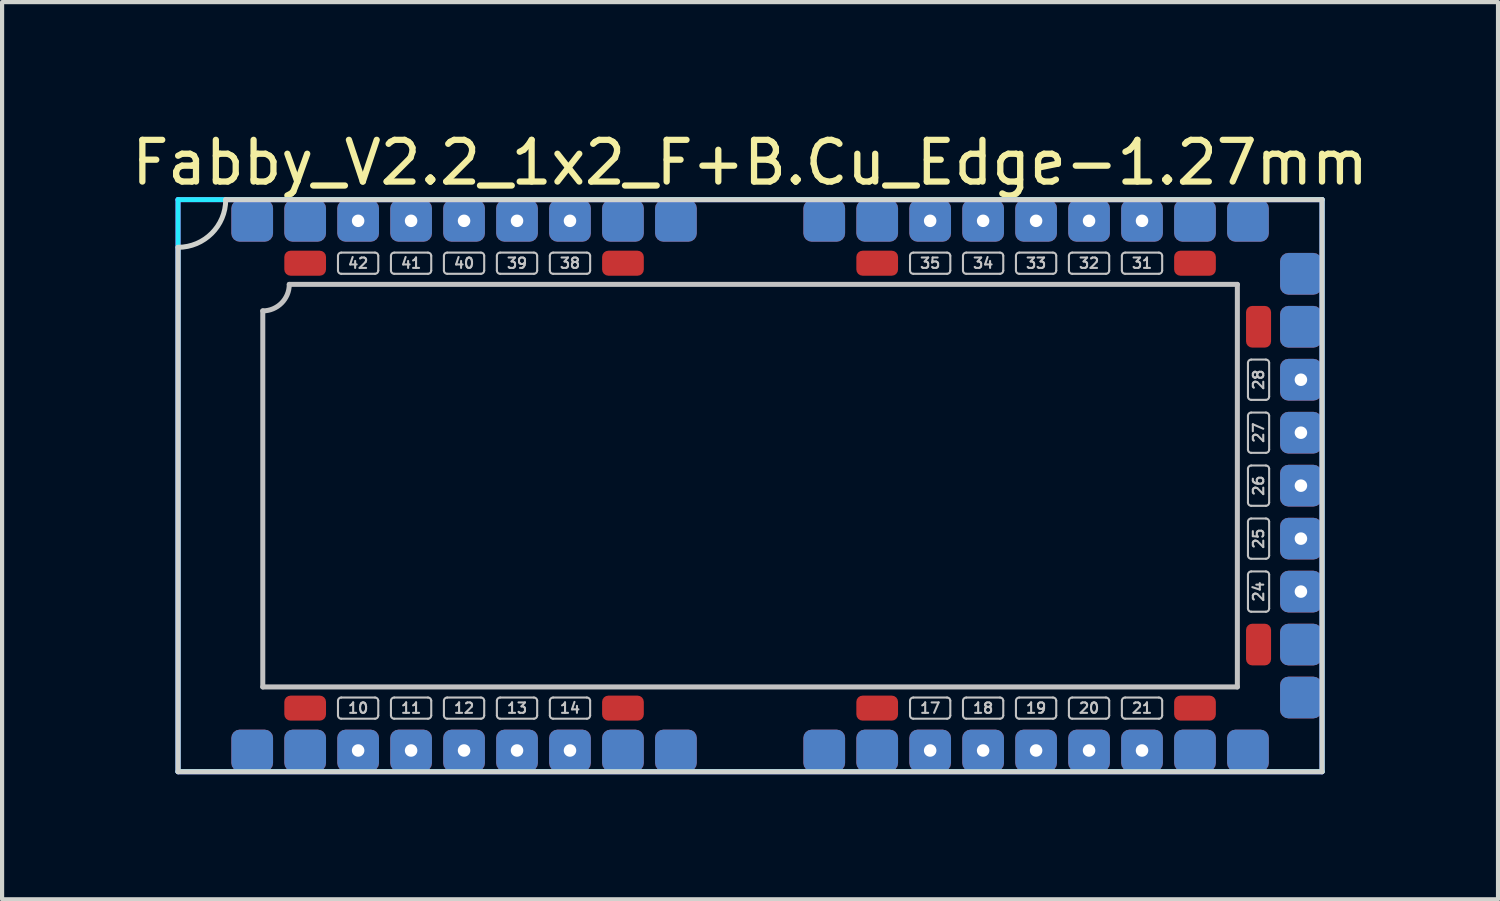
<source format=kicad_pcb>
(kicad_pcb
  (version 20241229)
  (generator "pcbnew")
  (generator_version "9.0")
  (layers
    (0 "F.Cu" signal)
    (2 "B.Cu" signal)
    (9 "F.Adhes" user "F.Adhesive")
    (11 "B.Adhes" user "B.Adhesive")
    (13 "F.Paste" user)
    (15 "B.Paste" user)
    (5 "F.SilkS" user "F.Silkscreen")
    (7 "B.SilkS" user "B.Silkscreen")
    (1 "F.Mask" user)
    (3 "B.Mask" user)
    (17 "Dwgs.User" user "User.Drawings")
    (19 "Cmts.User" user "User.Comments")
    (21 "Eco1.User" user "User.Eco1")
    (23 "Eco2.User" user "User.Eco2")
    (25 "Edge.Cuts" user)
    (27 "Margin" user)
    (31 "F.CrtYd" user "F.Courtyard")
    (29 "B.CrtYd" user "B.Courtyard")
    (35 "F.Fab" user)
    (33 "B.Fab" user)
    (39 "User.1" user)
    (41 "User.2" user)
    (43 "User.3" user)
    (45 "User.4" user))
  (footprint "Fabby_V2.2_1x2_F+B.Cu_Edge-1.27mm"
    (layer "F.Cu")
    (at 14.935 8.595)
    (property "Reference" "Fabby_V2.2_1x2_F+B.Cu_Edge-1.27mm" (at 0 -7.747 0) (layer "F.SilkS") (effects (font (size 1 1) (thickness 0.15))))
    (attr through_hole)
    (fp_line (start -11.684 4.826) (end -11.684 -4.191) (stroke (width 0.12) (type solid)) (layer "Dwgs.User"))
    (fp_line (start -11.049 -4.826) (end 11.684 -4.826) (stroke (width 0.12) (type solid)) (layer "Dwgs.User"))
    (fp_line (start -9.881 -5.156) (end -9.881 -5.512) (stroke (width 0.05) (type solid)) (layer "Dwgs.User"))
    (fp_line (start -9.881 5.512) (end -9.881 5.156) (stroke (width 0.05) (type solid)) (layer "Dwgs.User"))
    (fp_line (start -8.992 -5.588) (end -9.804 -5.588) (stroke (width 0.05) (type solid)) (layer "Dwgs.User"))
    (fp_line (start -8.992 -5.08) (end -9.804 -5.08) (stroke (width 0.05) (type solid)) (layer "Dwgs.User"))
    (fp_line (start -8.992 5.08) (end -9.804 5.08) (stroke (width 0.05) (type solid)) (layer "Dwgs.User"))
    (fp_line (start -8.992 5.588) (end -9.804 5.588) (stroke (width 0.05) (type solid)) (layer "Dwgs.User"))
    (fp_line (start -8.915 -5.156) (end -8.915 -5.512) (stroke (width 0.05) (type solid)) (layer "Dwgs.User"))
    (fp_line (start -8.915 5.512) (end -8.915 5.156) (stroke (width 0.05) (type solid)) (layer "Dwgs.User"))
    (fp_line (start -8.611 -5.156) (end -8.611 -5.512) (stroke (width 0.05) (type solid)) (layer "Dwgs.User"))
    (fp_line (start -8.611 5.512) (end -8.611 5.156) (stroke (width 0.05) (type solid)) (layer "Dwgs.User"))
    (fp_line (start -7.722 -5.588) (end -8.534 -5.588) (stroke (width 0.05) (type solid)) (layer "Dwgs.User"))
    (fp_line (start -7.722 -5.08) (end -8.534 -5.08) (stroke (width 0.05) (type solid)) (layer "Dwgs.User"))
    (fp_line (start -7.722 5.08) (end -8.534 5.08) (stroke (width 0.05) (type solid)) (layer "Dwgs.User"))
    (fp_line (start -7.722 5.588) (end -8.534 5.588) (stroke (width 0.05) (type solid)) (layer "Dwgs.User"))
    (fp_line (start -7.645 -5.156) (end -7.645 -5.512) (stroke (width 0.05) (type solid)) (layer "Dwgs.User"))
    (fp_line (start -7.645 5.512) (end -7.645 5.156) (stroke (width 0.05) (type solid)) (layer "Dwgs.User"))
    (fp_line (start -7.341 -5.156) (end -7.341 -5.512) (stroke (width 0.05) (type solid)) (layer "Dwgs.User"))
    (fp_line (start -7.341 5.512) (end -7.341 5.156) (stroke (width 0.05) (type solid)) (layer "Dwgs.User"))
    (fp_line (start -6.452 -5.588) (end -7.264 -5.588) (stroke (width 0.05) (type solid)) (layer "Dwgs.User"))
    (fp_line (start -6.452 -5.08) (end -7.264 -5.08) (stroke (width 0.05) (type solid)) (layer "Dwgs.User"))
    (fp_line (start -6.452 5.08) (end -7.264 5.08) (stroke (width 0.05) (type solid)) (layer "Dwgs.User"))
    (fp_line (start -6.452 5.588) (end -7.264 5.588) (stroke (width 0.05) (type solid)) (layer "Dwgs.User"))
    (fp_line (start -6.375 -5.156) (end -6.375 -5.512) (stroke (width 0.05) (type solid)) (layer "Dwgs.User"))
    (fp_line (start -6.375 5.512) (end -6.375 5.156) (stroke (width 0.05) (type solid)) (layer "Dwgs.User"))
    (fp_line (start -6.071 -5.156) (end -6.071 -5.512) (stroke (width 0.05) (type solid)) (layer "Dwgs.User"))
    (fp_line (start -6.071 5.512) (end -6.071 5.156) (stroke (width 0.05) (type solid)) (layer "Dwgs.User"))
    (fp_line (start -5.182 -5.588) (end -5.994 -5.588) (stroke (width 0.05) (type solid)) (layer "Dwgs.User"))
    (fp_line (start -5.182 -5.08) (end -5.994 -5.08) (stroke (width 0.05) (type solid)) (layer "Dwgs.User"))
    (fp_line (start -5.182 5.08) (end -5.994 5.08) (stroke (width 0.05) (type solid)) (layer "Dwgs.User"))
    (fp_line (start -5.182 5.588) (end -5.994 5.588) (stroke (width 0.05) (type solid)) (layer "Dwgs.User"))
    (fp_line (start -5.105 -5.156) (end -5.105 -5.512) (stroke (width 0.05) (type solid)) (layer "Dwgs.User"))
    (fp_line (start -5.105 5.512) (end -5.105 5.156) (stroke (width 0.05) (type solid)) (layer "Dwgs.User"))
    (fp_line (start -4.801 -5.156) (end -4.801 -5.512) (stroke (width 0.05) (type solid)) (layer "Dwgs.User"))
    (fp_line (start -4.801 5.512) (end -4.801 5.156) (stroke (width 0.05) (type solid)) (layer "Dwgs.User"))
    (fp_line (start -3.912 -5.588) (end -4.724 -5.588) (stroke (width 0.05) (type solid)) (layer "Dwgs.User"))
    (fp_line (start -3.912 -5.08) (end -4.724 -5.08) (stroke (width 0.05) (type solid)) (layer "Dwgs.User"))
    (fp_line (start -3.912 5.08) (end -4.724 5.08) (stroke (width 0.05) (type solid)) (layer "Dwgs.User"))
    (fp_line (start -3.912 5.588) (end -4.724 5.588) (stroke (width 0.05) (type solid)) (layer "Dwgs.User"))
    (fp_line (start -3.835 -5.156) (end -3.835 -5.512) (stroke (width 0.05) (type solid)) (layer "Dwgs.User"))
    (fp_line (start -3.835 5.512) (end -3.835 5.156) (stroke (width 0.05) (type solid)) (layer "Dwgs.User"))
    (fp_line (start 3.835 -5.156) (end 3.835 -5.512) (stroke (width 0.05) (type solid)) (layer "Dwgs.User"))
    (fp_line (start 3.835 5.512) (end 3.835 5.156) (stroke (width 0.05) (type solid)) (layer "Dwgs.User"))
    (fp_line (start 4.724 -5.588) (end 3.912 -5.588) (stroke (width 0.05) (type solid)) (layer "Dwgs.User"))
    (fp_line (start 4.724 -5.08) (end 3.912 -5.08) (stroke (width 0.05) (type solid)) (layer "Dwgs.User"))
    (fp_line (start 4.724 5.08) (end 3.912 5.08) (stroke (width 0.05) (type solid)) (layer "Dwgs.User"))
    (fp_line (start 4.724 5.588) (end 3.912 5.588) (stroke (width 0.05) (type solid)) (layer "Dwgs.User"))
    (fp_line (start 4.801 -5.156) (end 4.801 -5.512) (stroke (width 0.05) (type solid)) (layer "Dwgs.User"))
    (fp_line (start 4.801 5.512) (end 4.801 5.156) (stroke (width 0.05) (type solid)) (layer "Dwgs.User"))
    (fp_line (start 5.105 -5.156) (end 5.105 -5.512) (stroke (width 0.05) (type solid)) (layer "Dwgs.User"))
    (fp_line (start 5.105 5.512) (end 5.105 5.156) (stroke (width 0.05) (type solid)) (layer "Dwgs.User"))
    (fp_line (start 5.994 -5.588) (end 5.182 -5.588) (stroke (width 0.05) (type solid)) (layer "Dwgs.User"))
    (fp_line (start 5.994 -5.08) (end 5.182 -5.08) (stroke (width 0.05) (type solid)) (layer "Dwgs.User"))
    (fp_line (start 5.994 5.08) (end 5.182 5.08) (stroke (width 0.05) (type solid)) (layer "Dwgs.User"))
    (fp_line (start 5.994 5.588) (end 5.182 5.588) (stroke (width 0.05) (type solid)) (layer "Dwgs.User"))
    (fp_line (start 6.071 -5.156) (end 6.071 -5.512) (stroke (width 0.05) (type solid)) (layer "Dwgs.User"))
    (fp_line (start 6.071 5.512) (end 6.071 5.156) (stroke (width 0.05) (type solid)) (layer "Dwgs.User"))
    (fp_line (start 6.375 -5.156) (end 6.375 -5.512) (stroke (width 0.05) (type solid)) (layer "Dwgs.User"))
    (fp_line (start 6.375 5.512) (end 6.375 5.156) (stroke (width 0.05) (type solid)) (layer "Dwgs.User"))
    (fp_line (start 7.264 -5.588) (end 6.452 -5.588) (stroke (width 0.05) (type solid)) (layer "Dwgs.User"))
    (fp_line (start 7.264 -5.08) (end 6.452 -5.08) (stroke (width 0.05) (type solid)) (layer "Dwgs.User"))
    (fp_line (start 7.264 5.08) (end 6.452 5.08) (stroke (width 0.05) (type solid)) (layer "Dwgs.User"))
    (fp_line (start 7.264 5.588) (end 6.452 5.588) (stroke (width 0.05) (type solid)) (layer "Dwgs.User"))
    (fp_line (start 7.341 -5.156) (end 7.341 -5.512) (stroke (width 0.05) (type solid)) (layer "Dwgs.User"))
    (fp_line (start 7.341 5.512) (end 7.341 5.156) (stroke (width 0.05) (type solid)) (layer "Dwgs.User"))
    (fp_line (start 7.645 -5.156) (end 7.645 -5.512) (stroke (width 0.05) (type solid)) (layer "Dwgs.User"))
    (fp_line (start 7.645 5.512) (end 7.645 5.156) (stroke (width 0.05) (type solid)) (layer "Dwgs.User"))
    (fp_line (start 8.534 -5.588) (end 7.722 -5.588) (stroke (width 0.05) (type solid)) (layer "Dwgs.User"))
    (fp_line (start 8.534 -5.08) (end 7.722 -5.08) (stroke (width 0.05) (type solid)) (layer "Dwgs.User"))
    (fp_line (start 8.534 5.08) (end 7.722 5.08) (stroke (width 0.05) (type solid)) (layer "Dwgs.User"))
    (fp_line (start 8.534 5.588) (end 7.722 5.588) (stroke (width 0.05) (type solid)) (layer "Dwgs.User"))
    (fp_line (start 8.611 -5.156) (end 8.611 -5.512) (stroke (width 0.05) (type solid)) (layer "Dwgs.User"))
    (fp_line (start 8.611 5.512) (end 8.611 5.156) (stroke (width 0.05) (type solid)) (layer "Dwgs.User"))
    (fp_line (start 8.915 -5.156) (end 8.915 -5.512) (stroke (width 0.05) (type solid)) (layer "Dwgs.User"))
    (fp_line (start 8.915 5.512) (end 8.915 5.156) (stroke (width 0.05) (type solid)) (layer "Dwgs.User"))
    (fp_line (start 9.804 -5.588) (end 8.992 -5.588) (stroke (width 0.05) (type solid)) (layer "Dwgs.User"))
    (fp_line (start 9.804 -5.08) (end 8.992 -5.08) (stroke (width 0.05) (type solid)) (layer "Dwgs.User"))
    (fp_line (start 9.804 5.08) (end 8.992 5.08) (stroke (width 0.05) (type solid)) (layer "Dwgs.User"))
    (fp_line (start 9.804 5.588) (end 8.992 5.588) (stroke (width 0.05) (type solid)) (layer "Dwgs.User"))
    (fp_line (start 9.881 -5.156) (end 9.881 -5.512) (stroke (width 0.05) (type solid)) (layer "Dwgs.User"))
    (fp_line (start 9.881 5.512) (end 9.881 5.156) (stroke (width 0.05) (type solid)) (layer "Dwgs.User"))
    (fp_line (start 11.684 -4.826) (end 11.684 4.826) (stroke (width 0.12) (type solid)) (layer "Dwgs.User"))
    (fp_line (start 11.684 4.826) (end -11.684 4.826) (stroke (width 0.12) (type solid)) (layer "Dwgs.User"))
    (fp_line (start 11.938 -2.134) (end 11.938 -2.946) (stroke (width 0.05) (type solid)) (layer "Dwgs.User"))
    (fp_line (start 11.938 -0.864) (end 11.938 -1.676) (stroke (width 0.05) (type solid)) (layer "Dwgs.User"))
    (fp_line (start 11.938 0.406) (end 11.938 -0.406) (stroke (width 0.05) (type solid)) (layer "Dwgs.User"))
    (fp_line (start 11.938 1.676) (end 11.938 0.864) (stroke (width 0.05) (type solid)) (layer "Dwgs.User"))
    (fp_line (start 11.938 2.946) (end 11.938 2.134) (stroke (width 0.05) (type solid)) (layer "Dwgs.User"))
    (fp_line (start 12.014 -3.023) (end 12.37 -3.023) (stroke (width 0.05) (type solid)) (layer "Dwgs.User"))
    (fp_line (start 12.014 -2.057) (end 12.37 -2.057) (stroke (width 0.05) (type solid)) (layer "Dwgs.User"))
    (fp_line (start 12.014 -1.753) (end 12.37 -1.753) (stroke (width 0.05) (type solid)) (layer "Dwgs.User"))
    (fp_line (start 12.014 -0.787) (end 12.37 -0.787) (stroke (width 0.05) (type solid)) (layer "Dwgs.User"))
    (fp_line (start 12.014 -0.483) (end 12.37 -0.483) (stroke (width 0.05) (type solid)) (layer "Dwgs.User"))
    (fp_line (start 12.014 0.483) (end 12.37 0.483) (stroke (width 0.05) (type solid)) (layer "Dwgs.User"))
    (fp_line (start 12.014 0.787) (end 12.37 0.787) (stroke (width 0.05) (type solid)) (layer "Dwgs.User"))
    (fp_line (start 12.014 1.753) (end 12.37 1.753) (stroke (width 0.05) (type solid)) (layer "Dwgs.User"))
    (fp_line (start 12.014 2.057) (end 12.37 2.057) (stroke (width 0.05) (type solid)) (layer "Dwgs.User"))
    (fp_line (start 12.014 3.023) (end 12.37 3.023) (stroke (width 0.05) (type solid)) (layer "Dwgs.User"))
    (fp_line (start 12.446 -2.134) (end 12.446 -2.946) (stroke (width 0.05) (type solid)) (layer "Dwgs.User"))
    (fp_line (start 12.446 -0.864) (end 12.446 -1.676) (stroke (width 0.05) (type solid)) (layer "Dwgs.User"))
    (fp_line (start 12.446 0.406) (end 12.446 -0.406) (stroke (width 0.05) (type solid)) (layer "Dwgs.User"))
    (fp_line (start 12.446 1.676) (end 12.446 0.864) (stroke (width 0.05) (type solid)) (layer "Dwgs.User"))
    (fp_line (start 12.446 2.946) (end 12.446 2.134) (stroke (width 0.05) (type solid)) (layer "Dwgs.User"))
    (fp_arc (start -11.049 -4.826) (mid -11.234987 -4.376987) (end -11.684 -4.191) (stroke (width 0.12) (type solid)) (layer "Dwgs.User"))
    (fp_arc (start -9.8806 -5.5118) (mid -9.858282 -5.565682) (end -9.8044 -5.588) (stroke (width 0.05) (type solid)) (layer "Dwgs.User"))
    (fp_arc (start -9.8806 5.1562) (mid -9.858282 5.102318) (end -9.8044 5.08) (stroke (width 0.05) (type solid)) (layer "Dwgs.User"))
    (fp_arc (start -9.8044 -5.08) (mid -9.858282 -5.102318) (end -9.8806 -5.1562) (stroke (width 0.05) (type solid)) (layer "Dwgs.User"))
    (fp_arc (start -9.8044 5.588) (mid -9.858282 5.565682) (end -9.8806 5.5118) (stroke (width 0.05) (type solid)) (layer "Dwgs.User"))
    (fp_arc (start -8.9916 -5.588) (mid -8.937718 -5.565682) (end -8.9154 -5.5118) (stroke (width 0.05) (type solid)) (layer "Dwgs.User"))
    (fp_arc (start -8.9916 5.08) (mid -8.937718 5.102318) (end -8.9154 5.1562) (stroke (width 0.05) (type solid)) (layer "Dwgs.User"))
    (fp_arc (start -8.9154 -5.1562) (mid -8.937718 -5.102318) (end -8.9916 -5.08) (stroke (width 0.05) (type solid)) (layer "Dwgs.User"))
    (fp_arc (start -8.9154 5.5118) (mid -8.937718 5.565682) (end -8.9916 5.588) (stroke (width 0.05) (type solid)) (layer "Dwgs.User"))
    (fp_arc (start -8.6106 -5.5118) (mid -8.588282 -5.565682) (end -8.5344 -5.588) (stroke (width 0.05) (type solid)) (layer "Dwgs.User"))
    (fp_arc (start -8.6106 5.1562) (mid -8.588282 5.102318) (end -8.5344 5.08) (stroke (width 0.05) (type solid)) (layer "Dwgs.User"))
    (fp_arc (start -8.5344 -5.08) (mid -8.588282 -5.102318) (end -8.6106 -5.1562) (stroke (width 0.05) (type solid)) (layer "Dwgs.User"))
    (fp_arc (start -8.5344 5.588) (mid -8.588282 5.565682) (end -8.6106 5.5118) (stroke (width 0.05) (type solid)) (layer "Dwgs.User"))
    (fp_arc (start -7.7216 -5.588) (mid -7.667718 -5.565682) (end -7.6454 -5.5118) (stroke (width 0.05) (type solid)) (layer "Dwgs.User"))
    (fp_arc (start -7.7216 5.08) (mid -7.667718 5.102318) (end -7.6454 5.1562) (stroke (width 0.05) (type solid)) (layer "Dwgs.User"))
    (fp_arc (start -7.6454 -5.1562) (mid -7.667718 -5.102318) (end -7.7216 -5.08) (stroke (width 0.05) (type solid)) (layer "Dwgs.User"))
    (fp_arc (start -7.6454 5.5118) (mid -7.667718 5.565682) (end -7.7216 5.588) (stroke (width 0.05) (type solid)) (layer "Dwgs.User"))
    (fp_arc (start -7.3406 -5.5118) (mid -7.318282 -5.565682) (end -7.2644 -5.588) (stroke (width 0.05) (type solid)) (layer "Dwgs.User"))
    (fp_arc (start -7.3406 5.1562) (mid -7.318282 5.102318) (end -7.2644 5.08) (stroke (width 0.05) (type solid)) (layer "Dwgs.User"))
    (fp_arc (start -7.2644 -5.08) (mid -7.318282 -5.102318) (end -7.3406 -5.1562) (stroke (width 0.05) (type solid)) (layer "Dwgs.User"))
    (fp_arc (start -7.2644 5.588) (mid -7.318282 5.565682) (end -7.3406 5.5118) (stroke (width 0.05) (type solid)) (layer "Dwgs.User"))
    (fp_arc (start -6.4516 -5.588) (mid -6.397718 -5.565682) (end -6.3754 -5.5118) (stroke (width 0.05) (type solid)) (layer "Dwgs.User"))
    (fp_arc (start -6.4516 5.08) (mid -6.397718 5.102318) (end -6.3754 5.1562) (stroke (width 0.05) (type solid)) (layer "Dwgs.User"))
    (fp_arc (start -6.3754 -5.1562) (mid -6.397718 -5.102318) (end -6.4516 -5.08) (stroke (width 0.05) (type solid)) (layer "Dwgs.User"))
    (fp_arc (start -6.3754 5.5118) (mid -6.397718 5.565682) (end -6.4516 5.588) (stroke (width 0.05) (type solid)) (layer "Dwgs.User"))
    (fp_arc (start -6.0706 -5.5118) (mid -6.048282 -5.565682) (end -5.9944 -5.588) (stroke (width 0.05) (type solid)) (layer "Dwgs.User"))
    (fp_arc (start -6.0706 5.1562) (mid -6.048282 5.102318) (end -5.9944 5.08) (stroke (width 0.05) (type solid)) (layer "Dwgs.User"))
    (fp_arc (start -5.9944 -5.08) (mid -6.048282 -5.102318) (end -6.0706 -5.1562) (stroke (width 0.05) (type solid)) (layer "Dwgs.User"))
    (fp_arc (start -5.9944 5.588) (mid -6.048282 5.565682) (end -6.0706 5.5118) (stroke (width 0.05) (type solid)) (layer "Dwgs.User"))
    (fp_arc (start -5.1816 -5.588) (mid -5.127718 -5.565682) (end -5.1054 -5.5118) (stroke (width 0.05) (type solid)) (layer "Dwgs.User"))
    (fp_arc (start -5.1816 5.08) (mid -5.127718 5.102318) (end -5.1054 5.1562) (stroke (width 0.05) (type solid)) (layer "Dwgs.User"))
    (fp_arc (start -5.1054 -5.1562) (mid -5.127718 -5.102318) (end -5.1816 -5.08) (stroke (width 0.05) (type solid)) (layer "Dwgs.User"))
    (fp_arc (start -5.1054 5.5118) (mid -5.127718 5.565682) (end -5.1816 5.588) (stroke (width 0.05) (type solid)) (layer "Dwgs.User"))
    (fp_arc (start -4.8006 -5.5118) (mid -4.778282 -5.565682) (end -4.7244 -5.588) (stroke (width 0.05) (type solid)) (layer "Dwgs.User"))
    (fp_arc (start -4.8006 5.1562) (mid -4.778282 5.102318) (end -4.7244 5.08) (stroke (width 0.05) (type solid)) (layer "Dwgs.User"))
    (fp_arc (start -4.7244 -5.08) (mid -4.778282 -5.102318) (end -4.8006 -5.1562) (stroke (width 0.05) (type solid)) (layer "Dwgs.User"))
    (fp_arc (start -4.7244 5.588) (mid -4.778282 5.565682) (end -4.8006 5.5118) (stroke (width 0.05) (type solid)) (layer "Dwgs.User"))
    (fp_arc (start -3.9116 -5.588) (mid -3.857718 -5.565682) (end -3.8354 -5.5118) (stroke (width 0.05) (type solid)) (layer "Dwgs.User"))
    (fp_arc (start -3.9116 5.08) (mid -3.857718 5.102318) (end -3.8354 5.1562) (stroke (width 0.05) (type solid)) (layer "Dwgs.User"))
    (fp_arc (start -3.8354 -5.1562) (mid -3.857718 -5.102318) (end -3.9116 -5.08) (stroke (width 0.05) (type solid)) (layer "Dwgs.User"))
    (fp_arc (start -3.8354 5.5118) (mid -3.857718 5.565682) (end -3.9116 5.588) (stroke (width 0.05) (type solid)) (layer "Dwgs.User"))
    (fp_arc (start 3.8354 -5.5118) (mid 3.857718 -5.565682) (end 3.9116 -5.588) (stroke (width 0.05) (type solid)) (layer "Dwgs.User"))
    (fp_arc (start 3.8354 5.1562) (mid 3.857718 5.102318) (end 3.9116 5.08) (stroke (width 0.05) (type solid)) (layer "Dwgs.User"))
    (fp_arc (start 3.9116 -5.08) (mid 3.857718 -5.102318) (end 3.8354 -5.1562) (stroke (width 0.05) (type solid)) (layer "Dwgs.User"))
    (fp_arc (start 3.9116 5.588) (mid 3.857718 5.565682) (end 3.8354 5.5118) (stroke (width 0.05) (type solid)) (layer "Dwgs.User"))
    (fp_arc (start 4.7244 -5.588) (mid 4.778282 -5.565682) (end 4.8006 -5.5118) (stroke (width 0.05) (type solid)) (layer "Dwgs.User"))
    (fp_arc (start 4.7244 5.08) (mid 4.778282 5.102318) (end 4.8006 5.1562) (stroke (width 0.05) (type solid)) (layer "Dwgs.User"))
    (fp_arc (start 4.8006 -5.1562) (mid 4.778282 -5.102318) (end 4.7244 -5.08) (stroke (width 0.05) (type solid)) (layer "Dwgs.User"))
    (fp_arc (start 4.8006 5.5118) (mid 4.778282 5.565682) (end 4.7244 5.588) (stroke (width 0.05) (type solid)) (layer "Dwgs.User"))
    (fp_arc (start 5.1054 -5.5118) (mid 5.127718 -5.565682) (end 5.1816 -5.588) (stroke (width 0.05) (type solid)) (layer "Dwgs.User"))
    (fp_arc (start 5.1054 5.1562) (mid 5.127718 5.102318) (end 5.1816 5.08) (stroke (width 0.05) (type solid)) (layer "Dwgs.User"))
    (fp_arc (start 5.1816 -5.08) (mid 5.127718 -5.102318) (end 5.1054 -5.1562) (stroke (width 0.05) (type solid)) (layer "Dwgs.User"))
    (fp_arc (start 5.1816 5.588) (mid 5.127718 5.565682) (end 5.1054 5.5118) (stroke (width 0.05) (type solid)) (layer "Dwgs.User"))
    (fp_arc (start 5.9944 -5.588) (mid 6.048282 -5.565682) (end 6.0706 -5.5118) (stroke (width 0.05) (type solid)) (layer "Dwgs.User"))
    (fp_arc (start 5.9944 5.08) (mid 6.048282 5.102318) (end 6.0706 5.1562) (stroke (width 0.05) (type solid)) (layer "Dwgs.User"))
    (fp_arc (start 6.0706 -5.1562) (mid 6.048282 -5.102318) (end 5.9944 -5.08) (stroke (width 0.05) (type solid)) (layer "Dwgs.User"))
    (fp_arc (start 6.0706 5.5118) (mid 6.048282 5.565682) (end 5.9944 5.588) (stroke (width 0.05) (type solid)) (layer "Dwgs.User"))
    (fp_arc (start 6.3754 -5.5118) (mid 6.397718 -5.565682) (end 6.4516 -5.588) (stroke (width 0.05) (type solid)) (layer "Dwgs.User"))
    (fp_arc (start 6.3754 5.1562) (mid 6.397718 5.102318) (end 6.4516 5.08) (stroke (width 0.05) (type solid)) (layer "Dwgs.User"))
    (fp_arc (start 6.4516 -5.08) (mid 6.397718 -5.102318) (end 6.3754 -5.1562) (stroke (width 0.05) (type solid)) (layer "Dwgs.User"))
    (fp_arc (start 6.4516 5.588) (mid 6.397718 5.565682) (end 6.3754 5.5118) (stroke (width 0.05) (type solid)) (layer "Dwgs.User"))
    (fp_arc (start 7.2644 -5.588) (mid 7.318282 -5.565682) (end 7.3406 -5.5118) (stroke (width 0.05) (type solid)) (layer "Dwgs.User"))
    (fp_arc (start 7.2644 5.08) (mid 7.318282 5.102318) (end 7.3406 5.1562) (stroke (width 0.05) (type solid)) (layer "Dwgs.User"))
    (fp_arc (start 7.3406 -5.1562) (mid 7.318282 -5.102318) (end 7.2644 -5.08) (stroke (width 0.05) (type solid)) (layer "Dwgs.User"))
    (fp_arc (start 7.3406 5.5118) (mid 7.318282 5.565682) (end 7.2644 5.588) (stroke (width 0.05) (type solid)) (layer "Dwgs.User"))
    (fp_arc (start 7.6454 -5.5118) (mid 7.667718 -5.565682) (end 7.7216 -5.588) (stroke (width 0.05) (type solid)) (layer "Dwgs.User"))
    (fp_arc (start 7.6454 5.1562) (mid 7.667718 5.102318) (end 7.7216 5.08) (stroke (width 0.05) (type solid)) (layer "Dwgs.User"))
    (fp_arc (start 7.7216 -5.08) (mid 7.667718 -5.102318) (end 7.6454 -5.1562) (stroke (width 0.05) (type solid)) (layer "Dwgs.User"))
    (fp_arc (start 7.7216 5.588) (mid 7.667718 5.565682) (end 7.6454 5.5118) (stroke (width 0.05) (type solid)) (layer "Dwgs.User"))
    (fp_arc (start 8.5344 -5.588) (mid 8.588282 -5.565682) (end 8.6106 -5.5118) (stroke (width 0.05) (type solid)) (layer "Dwgs.User"))
    (fp_arc (start 8.5344 5.08) (mid 8.588282 5.102318) (end 8.6106 5.1562) (stroke (width 0.05) (type solid)) (layer "Dwgs.User"))
    (fp_arc (start 8.6106 -5.1562) (mid 8.588282 -5.102318) (end 8.5344 -5.08) (stroke (width 0.05) (type solid)) (layer "Dwgs.User"))
    (fp_arc (start 8.6106 5.5118) (mid 8.588282 5.565682) (end 8.5344 5.588) (stroke (width 0.05) (type solid)) (layer "Dwgs.User"))
    (fp_arc (start 8.9154 -5.5118) (mid 8.937718 -5.565682) (end 8.9916 -5.588) (stroke (width 0.05) (type solid)) (layer "Dwgs.User"))
    (fp_arc (start 8.9154 5.1562) (mid 8.937718 5.102318) (end 8.9916 5.08) (stroke (width 0.05) (type solid)) (layer "Dwgs.User"))
    (fp_arc (start 8.9916 -5.08) (mid 8.937718 -5.102318) (end 8.9154 -5.1562) (stroke (width 0.05) (type solid)) (layer "Dwgs.User"))
    (fp_arc (start 8.9916 5.588) (mid 8.937718 5.565682) (end 8.9154 5.5118) (stroke (width 0.05) (type solid)) (layer "Dwgs.User"))
    (fp_arc (start 9.8044 -5.588) (mid 9.858282 -5.565682) (end 9.8806 -5.5118) (stroke (width 0.05) (type solid)) (layer "Dwgs.User"))
    (fp_arc (start 9.8044 5.08) (mid 9.858282 5.102318) (end 9.8806 5.1562) (stroke (width 0.05) (type solid)) (layer "Dwgs.User"))
    (fp_arc (start 9.8806 -5.1562) (mid 9.858282 -5.102318) (end 9.8044 -5.08) (stroke (width 0.05) (type solid)) (layer "Dwgs.User"))
    (fp_arc (start 9.8806 5.5118) (mid 9.858282 5.565682) (end 9.8044 5.588) (stroke (width 0.05) (type solid)) (layer "Dwgs.User"))
    (fp_arc (start 11.938 -2.9464) (mid 11.960318 -3.000282) (end 12.0142 -3.0226) (stroke (width 0.05) (type solid)) (layer "Dwgs.User"))
    (fp_arc (start 11.938 -1.6764) (mid 11.960318 -1.730282) (end 12.0142 -1.7526) (stroke (width 0.05) (type solid)) (layer "Dwgs.User"))
    (fp_arc (start 11.938 -0.4064) (mid 11.960318 -0.460282) (end 12.0142 -0.4826) (stroke (width 0.05) (type solid)) (layer "Dwgs.User"))
    (fp_arc (start 11.938 0.8636) (mid 11.960318 0.809718) (end 12.0142 0.7874) (stroke (width 0.05) (type solid)) (layer "Dwgs.User"))
    (fp_arc (start 11.938 2.1336) (mid 11.960318 2.079718) (end 12.0142 2.0574) (stroke (width 0.05) (type solid)) (layer "Dwgs.User"))
    (fp_arc (start 12.0142 -2.0574) (mid 11.960318 -2.079718) (end 11.938 -2.1336) (stroke (width 0.05) (type solid)) (layer "Dwgs.User"))
    (fp_arc (start 12.0142 -0.7874) (mid 11.960318 -0.809718) (end 11.938 -0.8636) (stroke (width 0.05) (type solid)) (layer "Dwgs.User"))
    (fp_arc (start 12.0142 0.4826) (mid 11.960318 0.460282) (end 11.938 0.4064) (stroke (width 0.05) (type solid)) (layer "Dwgs.User"))
    (fp_arc (start 12.0142 1.7526) (mid 11.960318 1.730282) (end 11.938 1.6764) (stroke (width 0.05) (type solid)) (layer "Dwgs.User"))
    (fp_arc (start 12.0142 3.0226) (mid 11.960318 3.000282) (end 11.938 2.9464) (stroke (width 0.05) (type solid)) (layer "Dwgs.User"))
    (fp_arc (start 12.3698 -3.0226) (mid 12.423682 -3.000282) (end 12.446 -2.9464) (stroke (width 0.05) (type solid)) (layer "Dwgs.User"))
    (fp_arc (start 12.3698 -1.7526) (mid 12.423682 -1.730282) (end 12.446 -1.6764) (stroke (width 0.05) (type solid)) (layer "Dwgs.User"))
    (fp_arc (start 12.3698 -0.4826) (mid 12.423682 -0.460282) (end 12.446 -0.4064) (stroke (width 0.05) (type solid)) (layer "Dwgs.User"))
    (fp_arc (start 12.3698 0.7874) (mid 12.423682 0.809718) (end 12.446 0.8636) (stroke (width 0.05) (type solid)) (layer "Dwgs.User"))
    (fp_arc (start 12.3698 2.0574) (mid 12.423682 2.079718) (end 12.446 2.1336) (stroke (width 0.05) (type solid)) (layer "Dwgs.User"))
    (fp_arc (start 12.446 -2.1336) (mid 12.423682 -2.079718) (end 12.3698 -2.0574) (stroke (width 0.05) (type solid)) (layer "Dwgs.User"))
    (fp_arc (start 12.446 -0.8636) (mid 12.423682 -0.809718) (end 12.3698 -0.7874) (stroke (width 0.05) (type solid)) (layer "Dwgs.User"))
    (fp_arc (start 12.446 0.4064) (mid 12.423682 0.460282) (end 12.3698 0.4826) (stroke (width 0.05) (type solid)) (layer "Dwgs.User"))
    (fp_arc (start 12.446 1.6764) (mid 12.423682 1.730282) (end 12.3698 1.7526) (stroke (width 0.05) (type solid)) (layer "Dwgs.User"))
    (fp_arc (start 12.446 2.9464) (mid 12.423682 3.000282) (end 12.3698 3.0226) (stroke (width 0.05) (type solid)) (layer "Dwgs.User"))
    (fp_line (start -13.716 -5.715) (end -13.716 6.858) (stroke (width 0.12) (type solid)) (layer "Edge.Cuts"))
    (fp_line (start -13.716 6.858) (end 13.716 6.858) (stroke (width 0.12) (type solid)) (layer "Edge.Cuts"))
    (fp_line (start -12.573 -6.858) (end 13.716 -6.858) (stroke (width 0.12) (type solid)) (layer "Edge.Cuts"))
    (fp_line (start 13.716 -6.858) (end 13.716 6.858) (stroke (width 0.12) (type solid)) (layer "Edge.Cuts"))
    (fp_arc (start -12.573 -6.858) (mid -12.907777 -6.049777) (end -13.716 -5.715) (stroke (width 0.12) (type solid)) (layer "Edge.Cuts"))
    (fp_line (start -13.716 -6.858) (end 13.716 -6.858) (stroke (width 0.12) (type solid)) (layer "B.CrtYd"))
    (fp_line (start -13.716 6.858) (end -13.716 -6.858) (stroke (width 0.12) (type solid)) (layer "B.CrtYd"))
    (fp_line (start 13.716 -6.858) (end 13.716 6.858) (stroke (width 0.12) (type solid)) (layer "B.CrtYd"))
    (fp_line (start 13.716 6.858) (end -13.716 6.858) (stroke (width 0.12) (type solid)) (layer "B.CrtYd"))
    (fp_line (start -13.716 -6.858) (end 13.716 -6.858) (stroke (width 0.12) (type solid)) (layer "F.CrtYd"))
    (fp_line (start -13.716 6.858) (end -13.716 -6.858) (stroke (width 0.12) (type solid)) (layer "F.CrtYd"))
    (fp_line (start 13.716 -6.858) (end 13.716 6.858) (stroke (width 0.12) (type solid)) (layer "F.CrtYd"))
    (fp_line (start 13.716 6.858) (end -13.716 6.858) (stroke (width 0.12) (type solid)) (layer "F.CrtYd"))
    (fp_text user "26" (at 12.192 0 270) (layer "Dwgs.User") (effects (font (size 0.25 0.25) (thickness 0.05))))
    (fp_text user "41" (at -8.128 -5.334 0) (layer "Dwgs.User") (effects (font (size 0.25 0.25) (thickness 0.05))))
    (fp_text user "24" (at 12.192 2.54 270) (layer "Dwgs.User") (effects (font (size 0.25 0.25) (thickness 0.05))))
    (fp_text user "39" (at -5.588 -5.334 0) (layer "Dwgs.User") (effects (font (size 0.25 0.25) (thickness 0.05))))
    (fp_text user "11" (at -8.128 5.334 0) (layer "Dwgs.User") (effects (font (size 0.25 0.25) (thickness 0.05))))
    (fp_text user "21" (at 9.398 5.334 0) (layer "Dwgs.User") (effects (font (size 0.25 0.25) (thickness 0.05))))
    (fp_text user "20" (at 8.128 5.334 0) (layer "Dwgs.User") (effects (font (size 0.25 0.25) (thickness 0.05))))
    (fp_text user "19" (at 6.858 5.334 0) (layer "Dwgs.User") (effects (font (size 0.25 0.25) (thickness 0.05))))
    (fp_text user "28" (at 12.192 -2.54 270) (layer "Dwgs.User") (effects (font (size 0.25 0.25) (thickness 0.05))))
    (fp_text user "32" (at 8.128 -5.334 0) (layer "Dwgs.User") (effects (font (size 0.25 0.25) (thickness 0.05))))
    (fp_text user "40" (at -6.858 -5.334 0) (layer "Dwgs.User") (effects (font (size 0.25 0.25) (thickness 0.05))))
    (fp_text user "31" (at 9.398 -5.334 0) (layer "Dwgs.User") (effects (font (size 0.25 0.25) (thickness 0.05))))
    (fp_text user "13" (at -5.588 5.334 0) (layer "Dwgs.User") (effects (font (size 0.25 0.25) (thickness 0.05))))
    (fp_text user "10" (at -9.398 5.334 0) (layer "Dwgs.User") (effects (font (size 0.25 0.25) (thickness 0.05))))
    (fp_text user "35" (at 4.318 -5.334 0) (layer "Dwgs.User") (effects (font (size 0.25 0.25) (thickness 0.05))))
    (fp_text user "25" (at 12.192 1.27 270) (layer "Dwgs.User") (effects (font (size 0.25 0.25) (thickness 0.05))))
    (fp_text user "17" (at 4.318 5.334 0) (layer "Dwgs.User") (effects (font (size 0.25 0.25) (thickness 0.05))))
    (fp_text user "18" (at 5.588 5.334 0) (layer "Dwgs.User") (effects (font (size 0.25 0.25) (thickness 0.05))))
    (fp_text user "33" (at 6.858 -5.334 0) (layer "Dwgs.User") (effects (font (size 0.25 0.25) (thickness 0.05))))
    (fp_text user "38" (at -4.318 -5.334 0) (layer "Dwgs.User") (effects (font (size 0.25 0.25) (thickness 0.05))))
    (fp_text user "42" (at -9.398 -5.334 0) (layer "Dwgs.User") (effects (font (size 0.25 0.25) (thickness 0.05))))
    (fp_text user "12" (at -6.858 5.334 0) (layer "Dwgs.User") (effects (font (size 0.25 0.25) (thickness 0.05))))
    (fp_text user "34" (at 5.588 -5.334 0) (layer "Dwgs.User") (effects (font (size 0.25 0.25) (thickness 0.05))))
    (fp_text user "14" (at -4.318 5.334 0) (layer "Dwgs.User") (effects (font (size 0.25 0.25) (thickness 0.05))))
    (fp_text user "27" (at 12.192 -1.27 270) (layer "Dwgs.User") (effects (font (size 0.25 0.25) (thickness 0.05))))
    (pad "" smd roundrect (at -11.938 -6.35 270) (size 1 1) (layers "B.Cu" "B.Mask" "B.Paste") (roundrect_rratio 0.2))
    (pad "" smd roundrect (at -11.938 6.35 270) (size 1 1) (layers "B.Cu" "B.Mask" "B.Paste") (roundrect_rratio 0.2))
    (pad "" smd roundrect (at -10.668 -6.35 270) (size 1 1) (layers "F.Cu" "F.Mask" "F.Paste") (roundrect_rratio 0.2))
    (pad "" smd roundrect (at -10.668 -6.35 270) (size 1 1) (layers "B.Cu" "B.Mask" "B.Paste") (roundrect_rratio 0.2))
    (pad "" smd roundrect (at -10.668 6.35 270) (size 1 1) (layers "F.Cu" "F.Mask" "F.Paste") (roundrect_rratio 0.2))
    (pad "" smd roundrect (at -10.668 6.35 270) (size 1 1) (layers "B.Cu" "B.Mask" "B.Paste") (roundrect_rratio 0.2))
    (pad "" smd roundrect (at -3.048 -6.35 270) (size 1 1) (layers "F.Cu" "F.Mask" "F.Paste") (roundrect_rratio 0.2))
    (pad "" smd roundrect (at -3.048 -6.35 270) (size 1 1) (layers "B.Cu" "B.Mask" "B.Paste") (roundrect_rratio 0.2))
    (pad "" smd roundrect (at -3.048 6.35 270) (size 1 1) (layers "F.Cu" "F.Mask" "F.Paste") (roundrect_rratio 0.2))
    (pad "" smd roundrect (at -3.048 6.35 270) (size 1 1) (layers "B.Cu" "B.Mask" "B.Paste") (roundrect_rratio 0.2))
    (pad "" smd roundrect (at -1.778 -6.35 270) (size 1 1) (layers "B.Cu" "B.Mask" "B.Paste") (roundrect_rratio 0.2))
    (pad "" smd roundrect (at -1.778 6.35 270) (size 1 1) (layers "B.Cu" "B.Mask" "B.Paste") (roundrect_rratio 0.2))
    (pad "" smd roundrect (at 1.778 -6.35 270) (size 1 1) (layers "B.Cu" "B.Mask" "B.Paste") (roundrect_rratio 0.2))
    (pad "" smd roundrect (at 1.778 6.35 270) (size 1 1) (layers "B.Cu" "B.Mask" "B.Paste") (roundrect_rratio 0.2))
    (pad "" smd roundrect (at 3.048 -6.35 270) (size 1 1) (layers "F.Cu" "F.Mask" "F.Paste") (roundrect_rratio 0.2))
    (pad "" smd roundrect (at 3.048 -6.35 270) (size 1 1) (layers "B.Cu" "B.Mask" "B.Paste") (roundrect_rratio 0.2))
    (pad "" smd roundrect (at 3.048 6.35 270) (size 1 1) (layers "F.Cu" "F.Mask" "F.Paste") (roundrect_rratio 0.2))
    (pad "" smd roundrect (at 3.048 6.35 270) (size 1 1) (layers "B.Cu" "B.Mask" "B.Paste") (roundrect_rratio 0.2))
    (pad "" smd roundrect (at 10.668 -6.35 270) (size 1 1) (layers "F.Cu" "F.Mask" "F.Paste") (roundrect_rratio 0.2))
    (pad "" smd roundrect (at 10.668 -6.35 270) (size 1 1) (layers "B.Cu" "B.Mask" "B.Paste") (roundrect_rratio 0.2))
    (pad "" smd roundrect (at 10.668 6.35 270) (size 1 1) (layers "F.Cu" "F.Mask" "F.Paste") (roundrect_rratio 0.2))
    (pad "" smd roundrect (at 10.668 6.35 270) (size 1 1) (layers "B.Cu" "B.Mask" "B.Paste") (roundrect_rratio 0.2))
    (pad "" smd roundrect (at 11.938 -6.35 270) (size 1 1) (layers "B.Cu" "B.Mask" "B.Paste") (roundrect_rratio 0.2))
    (pad "" smd roundrect (at 11.938 6.35 270) (size 1 1) (layers "B.Cu" "B.Mask" "B.Paste") (roundrect_rratio 0.2))
    (pad "" smd roundrect (at 13.208 -5.08 270) (size 1 1) (layers "B.Cu" "B.Mask" "B.Paste") (roundrect_rratio 0.2))
    (pad "" smd roundrect (at 13.208 -3.81 270) (size 1 1) (layers "F.Cu" "F.Mask" "F.Paste") (roundrect_rratio 0.2))
    (pad "" smd roundrect (at 13.208 -3.81 270) (size 1 1) (layers "B.Cu" "B.Mask" "B.Paste") (roundrect_rratio 0.2))
    (pad "" smd roundrect (at 13.208 3.81 270) (size 1 1) (layers "F.Cu" "F.Mask" "F.Paste") (roundrect_rratio 0.2))
    (pad "" smd roundrect (at 13.208 3.81 270) (size 1 1) (layers "B.Cu" "B.Mask" "B.Paste") (roundrect_rratio 0.2))
    (pad "" smd roundrect (at 13.208 5.08 270) (size 1 1) (layers "B.Cu" "B.Mask" "B.Paste") (roundrect_rratio 0.2))
    (pad "1" smd roundrect (at -11.938 -6.35 270) (size 1 1) (layers "F.Cu" "F.Mask" "F.Paste") (roundrect_rratio 0.2))
    (pad "1" smd roundrect (at -11.938 6.35 270) (size 1 1) (layers "F.Cu" "F.Mask" "F.Paste") (roundrect_rratio 0.2))
    (pad "1" smd roundrect (at -1.778 -6.35 270) (size 1 1) (layers "F.Cu" "F.Mask" "F.Paste") (roundrect_rratio 0.2))
    (pad "1" smd roundrect (at -1.778 6.35 270) (size 1 1) (layers "F.Cu" "F.Mask" "F.Paste") (roundrect_rratio 0.2))
    (pad "1" smd roundrect (at 1.778 -6.35 270) (size 1 1) (layers "F.Cu" "F.Mask" "F.Paste") (roundrect_rratio 0.2))
    (pad "1" smd roundrect (at 1.778 6.35 270) (size 1 1) (layers "F.Cu" "F.Mask" "F.Paste") (roundrect_rratio 0.2))
    (pad "1" smd roundrect (at 11.938 -6.35 270) (size 1 1) (layers "F.Cu" "F.Mask" "F.Paste") (roundrect_rratio 0.2))
    (pad "1" smd roundrect (at 11.938 6.35 270) (size 1 1) (layers "F.Cu" "F.Mask" "F.Paste") (roundrect_rratio 0.2))
    (pad "1" smd roundrect (at 13.208 -5.08 270) (size 1 1) (layers "F.Cu" "F.Mask" "F.Paste") (roundrect_rratio 0.2))
    (pad "1" smd roundrect (at 13.208 5.08 270) (size 1 1) (layers "F.Cu" "F.Mask" "F.Paste") (roundrect_rratio 0.2))
    (pad "9" smd roundrect (at -10.668 5.334 90) (size 0.6 1) (layers "F.Cu" "F.Mask" "F.Paste") (roundrect_rratio 0.25))
    (pad "10" thru_hole circle (at -9.398 6.35) (size 0.6 0.6) (drill 0.3) (layers "*.Cu" "*.Mask"))
    (pad "10" smd roundrect (at -9.398 6.35 270) (size 1 1) (layers "F.Cu" "F.Mask" "F.Paste") (roundrect_rratio 0.2))
    (pad "10" smd roundrect (at -9.398 6.35 270) (size 1 1) (layers "B.Cu" "B.Mask" "B.Paste") (roundrect_rratio 0.2))
    (pad "11" thru_hole circle (at -8.128 6.35) (size 0.6 0.6) (drill 0.3) (layers "*.Cu" "*.Mask"))
    (pad "11" smd roundrect (at -8.128 6.35 270) (size 1 1) (layers "F.Cu" "F.Mask" "F.Paste") (roundrect_rratio 0.2))
    (pad "11" smd roundrect (at -8.128 6.35 270) (size 1 1) (layers "B.Cu" "B.Mask" "B.Paste") (roundrect_rratio 0.2))
    (pad "12" thru_hole circle (at -6.858 6.35) (size 0.6 0.6) (drill 0.3) (layers "*.Cu" "*.Mask"))
    (pad "12" smd roundrect (at -6.858 6.35 270) (size 1 1) (layers "F.Cu" "F.Mask" "F.Paste") (roundrect_rratio 0.2))
    (pad "12" smd roundrect (at -6.858 6.35 270) (size 1 1) (layers "B.Cu" "B.Mask" "B.Paste") (roundrect_rratio 0.2))
    (pad "13" thru_hole circle (at -5.588 6.35) (size 0.6 0.6) (drill 0.3) (layers "*.Cu" "*.Mask"))
    (pad "13" smd roundrect (at -5.588 6.35 270) (size 1 1) (layers "F.Cu" "F.Mask" "F.Paste") (roundrect_rratio 0.2))
    (pad "13" smd roundrect (at -5.588 6.35 270) (size 1 1) (layers "B.Cu" "B.Mask" "B.Paste") (roundrect_rratio 0.2))
    (pad "14" thru_hole circle (at -4.318 6.35) (size 0.6 0.6) (drill 0.3) (layers "*.Cu" "*.Mask"))
    (pad "14" smd roundrect (at -4.318 6.35 270) (size 1 1) (layers "F.Cu" "F.Mask" "F.Paste") (roundrect_rratio 0.2))
    (pad "14" smd roundrect (at -4.318 6.35 270) (size 1 1) (layers "B.Cu" "B.Mask" "B.Paste") (roundrect_rratio 0.2))
    (pad "15" smd roundrect (at -3.048 5.334 90) (size 0.6 1) (layers "F.Cu" "F.Mask" "F.Paste") (roundrect_rratio 0.25))
    (pad "16" smd roundrect (at 3.048 5.334 90) (size 0.6 1) (layers "F.Cu" "F.Mask" "F.Paste") (roundrect_rratio 0.25))
    (pad "17" thru_hole circle (at 4.318 6.35) (size 0.6 0.6) (drill 0.3) (layers "*.Cu" "*.Mask"))
    (pad "17" smd roundrect (at 4.318 6.35 270) (size 1 1) (layers "F.Cu" "F.Mask" "F.Paste") (roundrect_rratio 0.2))
    (pad "17" smd roundrect (at 4.318 6.35 270) (size 1 1) (layers "B.Cu" "B.Mask" "B.Paste") (roundrect_rratio 0.2))
    (pad "18" thru_hole circle (at 5.588 6.35) (size 0.6 0.6) (drill 0.3) (layers "*.Cu" "*.Mask"))
    (pad "18" smd roundrect (at 5.588 6.35 270) (size 1 1) (layers "F.Cu" "F.Mask" "F.Paste") (roundrect_rratio 0.2))
    (pad "18" smd roundrect (at 5.588 6.35 270) (size 1 1) (layers "B.Cu" "B.Mask" "B.Paste") (roundrect_rratio 0.2))
    (pad "19" thru_hole circle (at 6.858 6.35) (size 0.6 0.6) (drill 0.3) (layers "*.Cu" "*.Mask"))
    (pad "19" smd roundrect (at 6.858 6.35 270) (size 1 1) (layers "F.Cu" "F.Mask" "F.Paste") (roundrect_rratio 0.2))
    (pad "19" smd roundrect (at 6.858 6.35 270) (size 1 1) (layers "B.Cu" "B.Mask" "B.Paste") (roundrect_rratio 0.2))
    (pad "20" thru_hole circle (at 8.128 6.35) (size 0.6 0.6) (drill 0.3) (layers "*.Cu" "*.Mask"))
    (pad "20" smd roundrect (at 8.128 6.35 270) (size 1 1) (layers "F.Cu" "F.Mask" "F.Paste") (roundrect_rratio 0.2))
    (pad "20" smd roundrect (at 8.128 6.35 270) (size 1 1) (layers "B.Cu" "B.Mask" "B.Paste") (roundrect_rratio 0.2))
    (pad "21" thru_hole circle (at 9.398 6.35) (size 0.6 0.6) (drill 0.3) (layers "*.Cu" "*.Mask"))
    (pad "21" smd roundrect (at 9.398 6.35 270) (size 1 1) (layers "F.Cu" "F.Mask" "F.Paste") (roundrect_rratio 0.2))
    (pad "21" smd roundrect (at 9.398 6.35 270) (size 1 1) (layers "B.Cu" "B.Mask" "B.Paste") (roundrect_rratio 0.2))
    (pad "22" smd roundrect (at 10.668 5.334 90) (size 0.6 1) (layers "F.Cu" "F.Mask" "F.Paste") (roundrect_rratio 0.25))
    (pad "23" smd roundrect (at 12.192 3.81 180) (size 0.6 1) (layers "F.Cu" "F.Mask" "F.Paste") (roundrect_rratio 0.25))
    (pad "24" thru_hole circle (at 13.208 2.54) (size 0.6 0.6) (drill 0.3) (layers "*.Cu" "*.Mask"))
    (pad "24" smd roundrect (at 13.208 2.54 270) (size 1 1) (layers "F.Cu" "F.Mask" "F.Paste") (roundrect_rratio 0.2))
    (pad "24" smd roundrect (at 13.208 2.54 270) (size 1 1) (layers "B.Cu" "B.Mask" "B.Paste") (roundrect_rratio 0.2))
    (pad "25" thru_hole circle (at 13.208 1.27) (size 0.6 0.6) (drill 0.3) (layers "*.Cu" "*.Mask"))
    (pad "25" smd roundrect (at 13.208 1.27 270) (size 1 1) (layers "F.Cu" "F.Mask" "F.Paste") (roundrect_rratio 0.2))
    (pad "25" smd roundrect (at 13.208 1.27 270) (size 1 1) (layers "B.Cu" "B.Mask" "B.Paste") (roundrect_rratio 0.2))
    (pad "26" thru_hole circle (at 13.208 0) (size 0.6 0.6) (drill 0.3) (layers "*.Cu" "*.Mask"))
    (pad "26" smd roundrect (at 13.208 0 270) (size 1 1) (layers "F.Cu" "F.Mask" "F.Paste") (roundrect_rratio 0.2))
    (pad "26" smd roundrect (at 13.208 0 270) (size 1 1) (layers "B.Cu" "B.Mask" "B.Paste") (roundrect_rratio 0.2))
    (pad "27" thru_hole circle (at 13.208 -1.27) (size 0.6 0.6) (drill 0.3) (layers "*.Cu" "*.Mask"))
    (pad "27" smd roundrect (at 13.208 -1.27 270) (size 1 1) (layers "F.Cu" "F.Mask" "F.Paste") (roundrect_rratio 0.2))
    (pad "27" smd roundrect (at 13.208 -1.27 270) (size 1 1) (layers "B.Cu" "B.Mask" "B.Paste") (roundrect_rratio 0.2))
    (pad "28" thru_hole circle (at 13.208 -2.54) (size 0.6 0.6) (drill 0.3) (layers "*.Cu" "*.Mask"))
    (pad "28" smd roundrect (at 13.208 -2.54 270) (size 1 1) (layers "F.Cu" "F.Mask" "F.Paste") (roundrect_rratio 0.2))
    (pad "28" smd roundrect (at 13.208 -2.54 270) (size 1 1) (layers "B.Cu" "B.Mask" "B.Paste") (roundrect_rratio 0.2))
    (pad "29" smd roundrect (at 12.192 -3.81 180) (size 0.6 1) (layers "F.Cu" "F.Mask" "F.Paste") (roundrect_rratio 0.25))
    (pad "30" smd roundrect (at 10.668 -5.334 270) (size 0.6 1) (layers "F.Cu" "F.Mask" "F.Paste") (roundrect_rratio 0.25))
    (pad "31" thru_hole circle (at 9.398 -6.35) (size 0.6 0.6) (drill 0.3) (layers "*.Cu" "*.Mask"))
    (pad "31" smd roundrect (at 9.398 -6.35 270) (size 1 1) (layers "F.Cu" "F.Mask" "F.Paste") (roundrect_rratio 0.2))
    (pad "31" smd roundrect (at 9.398 -6.35 270) (size 1 1) (layers "B.Cu" "B.Mask" "B.Paste") (roundrect_rratio 0.2))
    (pad "32" thru_hole circle (at 8.128 -6.35) (size 0.6 0.6) (drill 0.3) (layers "*.Cu" "*.Mask"))
    (pad "32" smd roundrect (at 8.128 -6.35 270) (size 1 1) (layers "F.Cu" "F.Mask" "F.Paste") (roundrect_rratio 0.2))
    (pad "32" smd roundrect (at 8.128 -6.35 270) (size 1 1) (layers "B.Cu" "B.Mask" "B.Paste") (roundrect_rratio 0.2))
    (pad "33" thru_hole circle (at 6.858 -6.35) (size 0.6 0.6) (drill 0.3) (layers "*.Cu" "*.Mask"))
    (pad "33" smd roundrect (at 6.858 -6.35 270) (size 1 1) (layers "F.Cu" "F.Mask" "F.Paste") (roundrect_rratio 0.2))
    (pad "33" smd roundrect (at 6.858 -6.35 270) (size 1 1) (layers "B.Cu" "B.Mask" "B.Paste") (roundrect_rratio 0.2))
    (pad "34" thru_hole circle (at 5.588 -6.35) (size 0.6 0.6) (drill 0.3) (layers "*.Cu" "*.Mask"))
    (pad "34" smd roundrect (at 5.588 -6.35 270) (size 1 1) (layers "F.Cu" "F.Mask" "F.Paste") (roundrect_rratio 0.2))
    (pad "34" smd roundrect (at 5.588 -6.35 270) (size 1 1) (layers "B.Cu" "B.Mask" "B.Paste") (roundrect_rratio 0.2))
    (pad "35" thru_hole circle (at 4.318 -6.35) (size 0.6 0.6) (drill 0.3) (layers "*.Cu" "*.Mask"))
    (pad "35" smd roundrect (at 4.318 -6.35 270) (size 1 1) (layers "F.Cu" "F.Mask" "F.Paste") (roundrect_rratio 0.2))
    (pad "35" smd roundrect (at 4.318 -6.35 270) (size 1 1) (layers "B.Cu" "B.Mask" "B.Paste") (roundrect_rratio 0.2))
    (pad "36" smd roundrect (at 3.048 -5.334 270) (size 0.6 1) (layers "F.Cu" "F.Mask" "F.Paste") (roundrect_rratio 0.25))
    (pad "37" smd roundrect (at -3.048 -5.334 270) (size 0.6 1) (layers "F.Cu" "F.Mask" "F.Paste") (roundrect_rratio 0.25))
    (pad "38" thru_hole circle (at -4.318 -6.35) (size 0.6 0.6) (drill 0.3) (layers "*.Cu" "*.Mask"))
    (pad "38" smd roundrect (at -4.318 -6.35 270) (size 1 1) (layers "F.Cu" "F.Mask" "F.Paste") (roundrect_rratio 0.2))
    (pad "38" smd roundrect (at -4.318 -6.35 270) (size 1 1) (layers "B.Cu" "B.Mask" "B.Paste") (roundrect_rratio 0.2))
    (pad "39" thru_hole circle (at -5.588 -6.35) (size 0.6 0.6) (drill 0.3) (layers "*.Cu" "*.Mask"))
    (pad "39" smd roundrect (at -5.588 -6.35 270) (size 1 1) (layers "F.Cu" "F.Mask" "F.Paste") (roundrect_rratio 0.2))
    (pad "39" smd roundrect (at -5.588 -6.35 270) (size 1 1) (layers "B.Cu" "B.Mask" "B.Paste") (roundrect_rratio 0.2))
    (pad "40" thru_hole circle (at -6.858 -6.35) (size 0.6 0.6) (drill 0.3) (layers "*.Cu" "*.Mask"))
    (pad "40" smd roundrect (at -6.858 -6.35 270) (size 1 1) (layers "F.Cu" "F.Mask" "F.Paste") (roundrect_rratio 0.2))
    (pad "40" smd roundrect (at -6.858 -6.35 270) (size 1 1) (layers "B.Cu" "B.Mask" "B.Paste") (roundrect_rratio 0.2))
    (pad "41" thru_hole circle (at -8.128 -6.35) (size 0.6 0.6) (drill 0.3) (layers "*.Cu" "*.Mask"))
    (pad "41" smd roundrect (at -8.128 -6.35 270) (size 1 1) (layers "F.Cu" "F.Mask" "F.Paste") (roundrect_rratio 0.2))
    (pad "41" smd roundrect (at -8.128 -6.35 270) (size 1 1) (layers "B.Cu" "B.Mask" "B.Paste") (roundrect_rratio 0.2))
    (pad "42" thru_hole circle (at -9.398 -6.35) (size 0.6 0.6) (drill 0.3) (layers "*.Cu" "*.Mask"))
    (pad "42" smd roundrect (at -9.398 -6.35 270) (size 1 1) (layers "F.Cu" "F.Mask" "F.Paste") (roundrect_rratio 0.2))
    (pad "42" smd roundrect (at -9.398 -6.35 270) (size 1 1) (layers "B.Cu" "B.Mask" "B.Paste") (roundrect_rratio 0.2))
    (pad "43" smd roundrect (at -10.668 -5.334 270) (size 0.6 1) (layers "F.Cu" "F.Mask" "F.Paste") (roundrect_rratio 0.25)))
  (gr_rect
    (start -3 -3)
    (end 32.869 18.513)
    (stroke (width 0.1) (type default))
    (fill no)
    (layer "Edge.Cuts")))
</source>
